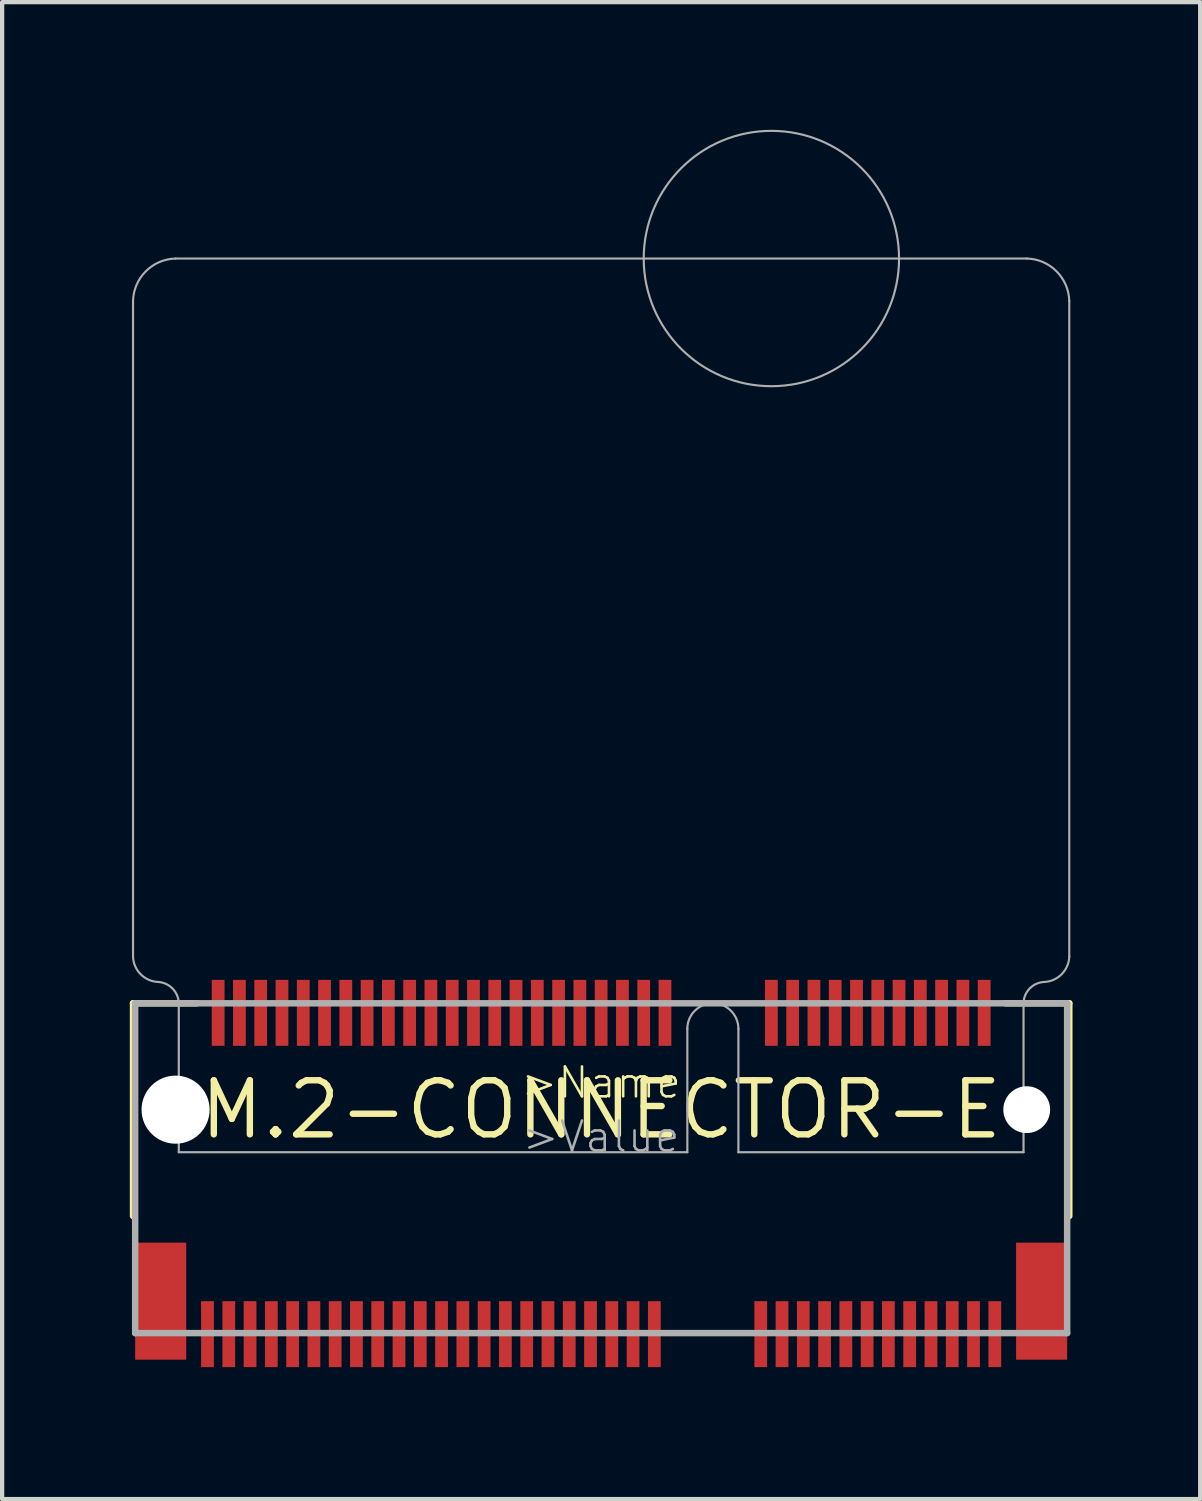
<source format=kicad_pcb>
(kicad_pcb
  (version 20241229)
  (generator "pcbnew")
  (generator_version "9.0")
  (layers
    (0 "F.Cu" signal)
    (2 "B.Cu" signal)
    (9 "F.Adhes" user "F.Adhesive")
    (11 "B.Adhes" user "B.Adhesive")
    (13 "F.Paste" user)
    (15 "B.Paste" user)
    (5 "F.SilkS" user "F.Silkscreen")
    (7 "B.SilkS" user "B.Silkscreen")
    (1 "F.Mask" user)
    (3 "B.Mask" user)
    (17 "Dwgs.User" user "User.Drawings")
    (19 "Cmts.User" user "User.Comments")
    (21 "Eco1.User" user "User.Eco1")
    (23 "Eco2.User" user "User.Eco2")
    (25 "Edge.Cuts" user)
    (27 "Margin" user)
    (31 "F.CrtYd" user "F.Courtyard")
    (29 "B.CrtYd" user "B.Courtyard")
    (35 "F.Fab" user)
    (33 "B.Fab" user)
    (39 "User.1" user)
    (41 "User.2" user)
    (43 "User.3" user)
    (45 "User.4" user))
  (footprint "M.2-CONNECTOR-E"
    (layer "F.Cu")
    (at 11.076 23.025)
    (property "Reference" "M.2-CONNECTOR-E" (at 0 0 0) (layer "F.SilkS") (effects (font (size 1.27 1.27) (thickness 0.15))))
    (fp_line (start -11 2.5) (end -11 -2.5) (stroke (width 0.152) (type solid)) (layer "F.SilkS"))
    (fp_line (start -9.5 -2.5) (end -11 -2.5) (stroke (width 0.152) (type solid)) (layer "F.SilkS"))
    (fp_line (start 11 -2.5) (end 9.5 -2.5) (stroke (width 0.152) (type solid)) (layer "F.SilkS"))
    (fp_line (start 11 2.5) (end 11 -2.5) (stroke (width 0.152) (type solid)) (layer "F.SilkS"))
    (fp_poly (pts (xy -9.4 6.15) (xy -9.1 6.15) (xy -9.1 4.4) (xy -9.4 4.4)) (stroke (width 0) (type solid)) (fill yes) (layer "F.Paste"))
    (fp_poly (pts (xy -9.15 -1.4) (xy -8.85 -1.4) (xy -8.85 -3.15) (xy -9.15 -3.15)) (stroke (width 0) (type solid)) (fill yes) (layer "F.Paste"))
    (fp_poly (pts (xy -8.9 6.15) (xy -8.6 6.15) (xy -8.6 4.4) (xy -8.9 4.4)) (stroke (width 0) (type solid)) (fill yes) (layer "F.Paste"))
    (fp_poly (pts (xy -8.65 -1.4) (xy -8.35 -1.4) (xy -8.35 -3.15) (xy -8.65 -3.15)) (stroke (width 0) (type solid)) (fill yes) (layer "F.Paste"))
    (fp_poly (pts (xy -8.4 6.15) (xy -8.1 6.15) (xy -8.1 4.4) (xy -8.4 4.4)) (stroke (width 0) (type solid)) (fill yes) (layer "F.Paste"))
    (fp_poly (pts (xy -8.15 -1.4) (xy -7.85 -1.4) (xy -7.85 -3.15) (xy -8.15 -3.15)) (stroke (width 0) (type solid)) (fill yes) (layer "F.Paste"))
    (fp_poly (pts (xy -7.9 6.15) (xy -7.6 6.15) (xy -7.6 4.4) (xy -7.9 4.4)) (stroke (width 0) (type solid)) (fill yes) (layer "F.Paste"))
    (fp_poly (pts (xy -7.65 -1.4) (xy -7.35 -1.4) (xy -7.35 -3.15) (xy -7.65 -3.15)) (stroke (width 0) (type solid)) (fill yes) (layer "F.Paste"))
    (fp_poly (pts (xy -7.4 6.15) (xy -7.1 6.15) (xy -7.1 4.4) (xy -7.4 4.4)) (stroke (width 0) (type solid)) (fill yes) (layer "F.Paste"))
    (fp_poly (pts (xy -7.15 -1.4) (xy -6.85 -1.4) (xy -6.85 -3.15) (xy -7.15 -3.15)) (stroke (width 0) (type solid)) (fill yes) (layer "F.Paste"))
    (fp_poly (pts (xy -6.9 6.15) (xy -6.6 6.15) (xy -6.6 4.4) (xy -6.9 4.4)) (stroke (width 0) (type solid)) (fill yes) (layer "F.Paste"))
    (fp_poly (pts (xy -6.65 -1.4) (xy -6.35 -1.4) (xy -6.35 -3.15) (xy -6.65 -3.15)) (stroke (width 0) (type solid)) (fill yes) (layer "F.Paste"))
    (fp_poly (pts (xy -6.4 6.15) (xy -6.1 6.15) (xy -6.1 4.4) (xy -6.4 4.4)) (stroke (width 0) (type solid)) (fill yes) (layer "F.Paste"))
    (fp_poly (pts (xy -6.15 -1.4) (xy -5.85 -1.4) (xy -5.85 -3.15) (xy -6.15 -3.15)) (stroke (width 0) (type solid)) (fill yes) (layer "F.Paste"))
    (fp_poly (pts (xy -5.9 6.15) (xy -5.6 6.15) (xy -5.6 4.4) (xy -5.9 4.4)) (stroke (width 0) (type solid)) (fill yes) (layer "F.Paste"))
    (fp_poly (pts (xy -5.65 -1.4) (xy -5.35 -1.4) (xy -5.35 -3.15) (xy -5.65 -3.15)) (stroke (width 0) (type solid)) (fill yes) (layer "F.Paste"))
    (fp_poly (pts (xy -5.4 6.15) (xy -5.1 6.15) (xy -5.1 4.4) (xy -5.4 4.4)) (stroke (width 0) (type solid)) (fill yes) (layer "F.Paste"))
    (fp_poly (pts (xy -5.15 -1.4) (xy -4.85 -1.4) (xy -4.85 -3.15) (xy -5.15 -3.15)) (stroke (width 0) (type solid)) (fill yes) (layer "F.Paste"))
    (fp_poly (pts (xy -4.9 6.15) (xy -4.6 6.15) (xy -4.6 4.4) (xy -4.9 4.4)) (stroke (width 0) (type solid)) (fill yes) (layer "F.Paste"))
    (fp_poly (pts (xy -4.65 -1.4) (xy -4.35 -1.4) (xy -4.35 -3.15) (xy -4.65 -3.15)) (stroke (width 0) (type solid)) (fill yes) (layer "F.Paste"))
    (fp_poly (pts (xy -4.4 6.15) (xy -4.1 6.15) (xy -4.1 4.4) (xy -4.4 4.4)) (stroke (width 0) (type solid)) (fill yes) (layer "F.Paste"))
    (fp_poly (pts (xy -4.15 -1.4) (xy -3.85 -1.4) (xy -3.85 -3.15) (xy -4.15 -3.15)) (stroke (width 0) (type solid)) (fill yes) (layer "F.Paste"))
    (fp_poly (pts (xy -3.9 6.15) (xy -3.6 6.15) (xy -3.6 4.4) (xy -3.9 4.4)) (stroke (width 0) (type solid)) (fill yes) (layer "F.Paste"))
    (fp_poly (pts (xy -3.65 -1.4) (xy -3.35 -1.4) (xy -3.35 -3.15) (xy -3.65 -3.15)) (stroke (width 0) (type solid)) (fill yes) (layer "F.Paste"))
    (fp_poly (pts (xy -3.4 6.15) (xy -3.1 6.15) (xy -3.1 4.4) (xy -3.4 4.4)) (stroke (width 0) (type solid)) (fill yes) (layer "F.Paste"))
    (fp_poly (pts (xy -3.15 -1.4) (xy -2.85 -1.4) (xy -2.85 -3.15) (xy -3.15 -3.15)) (stroke (width 0) (type solid)) (fill yes) (layer "F.Paste"))
    (fp_poly (pts (xy -2.9 6.15) (xy -2.6 6.15) (xy -2.6 4.4) (xy -2.9 4.4)) (stroke (width 0) (type solid)) (fill yes) (layer "F.Paste"))
    (fp_poly (pts (xy -2.65 -1.4) (xy -2.35 -1.4) (xy -2.35 -3.15) (xy -2.65 -3.15)) (stroke (width 0) (type solid)) (fill yes) (layer "F.Paste"))
    (fp_poly (pts (xy -2.4 6.15) (xy -2.1 6.15) (xy -2.1 4.4) (xy -2.4 4.4)) (stroke (width 0) (type solid)) (fill yes) (layer "F.Paste"))
    (fp_poly (pts (xy -2.15 -1.4) (xy -1.85 -1.4) (xy -1.85 -3.15) (xy -2.15 -3.15)) (stroke (width 0) (type solid)) (fill yes) (layer "F.Paste"))
    (fp_poly (pts (xy -1.9 6.15) (xy -1.6 6.15) (xy -1.6 4.4) (xy -1.9 4.4)) (stroke (width 0) (type solid)) (fill yes) (layer "F.Paste"))
    (fp_poly (pts (xy -1.65 -1.4) (xy -1.35 -1.4) (xy -1.35 -3.15) (xy -1.65 -3.15)) (stroke (width 0) (type solid)) (fill yes) (layer "F.Paste"))
    (fp_poly (pts (xy -1.4 6.15) (xy -1.1 6.15) (xy -1.1 4.4) (xy -1.4 4.4)) (stroke (width 0) (type solid)) (fill yes) (layer "F.Paste"))
    (fp_poly (pts (xy -1.15 -1.4) (xy -0.85 -1.4) (xy -0.85 -3.15) (xy -1.15 -3.15)) (stroke (width 0) (type solid)) (fill yes) (layer "F.Paste"))
    (fp_poly (pts (xy -0.9 6.15) (xy -0.6 6.15) (xy -0.6 4.4) (xy -0.9 4.4)) (stroke (width 0) (type solid)) (fill yes) (layer "F.Paste"))
    (fp_poly (pts (xy -0.65 -1.4) (xy -0.35 -1.4) (xy -0.35 -3.15) (xy -0.65 -3.15)) (stroke (width 0) (type solid)) (fill yes) (layer "F.Paste"))
    (fp_poly (pts (xy -0.4 6.15) (xy -0.1 6.15) (xy -0.1 4.4) (xy -0.4 4.4)) (stroke (width 0) (type solid)) (fill yes) (layer "F.Paste"))
    (fp_poly (pts (xy -0.15 -1.4) (xy 0.15 -1.4) (xy 0.15 -3.15) (xy -0.15 -3.15)) (stroke (width 0) (type solid)) (fill yes) (layer "F.Paste"))
    (fp_poly (pts (xy 0.1 6.15) (xy 0.4 6.15) (xy 0.4 4.4) (xy 0.1 4.4)) (stroke (width 0) (type solid)) (fill yes) (layer "F.Paste"))
    (fp_poly (pts (xy 0.35 -1.4) (xy 0.65 -1.4) (xy 0.65 -3.15) (xy 0.35 -3.15)) (stroke (width 0) (type solid)) (fill yes) (layer "F.Paste"))
    (fp_poly (pts (xy 0.6 6.15) (xy 0.9 6.15) (xy 0.9 4.4) (xy 0.6 4.4)) (stroke (width 0) (type solid)) (fill yes) (layer "F.Paste"))
    (fp_poly (pts (xy 0.85 -1.4) (xy 1.15 -1.4) (xy 1.15 -3.15) (xy 0.85 -3.15)) (stroke (width 0) (type solid)) (fill yes) (layer "F.Paste"))
    (fp_poly (pts (xy 1.1 6.15) (xy 1.4 6.15) (xy 1.4 4.4) (xy 1.1 4.4)) (stroke (width 0) (type solid)) (fill yes) (layer "F.Paste"))
    (fp_poly (pts (xy 1.35 -1.4) (xy 1.65 -1.4) (xy 1.65 -3.15) (xy 1.35 -3.15)) (stroke (width 0) (type solid)) (fill yes) (layer "F.Paste"))
    (fp_poly (pts (xy 3.6 6.15) (xy 3.9 6.15) (xy 3.9 4.4) (xy 3.6 4.4)) (stroke (width 0) (type solid)) (fill yes) (layer "F.Paste"))
    (fp_poly (pts (xy 3.85 -1.4) (xy 4.15 -1.4) (xy 4.15 -3.15) (xy 3.85 -3.15)) (stroke (width 0) (type solid)) (fill yes) (layer "F.Paste"))
    (fp_poly (pts (xy 4.1 6.15) (xy 4.4 6.15) (xy 4.4 4.4) (xy 4.1 4.4)) (stroke (width 0) (type solid)) (fill yes) (layer "F.Paste"))
    (fp_poly (pts (xy 4.35 -1.4) (xy 4.65 -1.4) (xy 4.65 -3.15) (xy 4.35 -3.15)) (stroke (width 0) (type solid)) (fill yes) (layer "F.Paste"))
    (fp_poly (pts (xy 4.6 6.15) (xy 4.9 6.15) (xy 4.9 4.4) (xy 4.6 4.4)) (stroke (width 0) (type solid)) (fill yes) (layer "F.Paste"))
    (fp_poly (pts (xy 4.85 -1.4) (xy 5.15 -1.4) (xy 5.15 -3.15) (xy 4.85 -3.15)) (stroke (width 0) (type solid)) (fill yes) (layer "F.Paste"))
    (fp_poly (pts (xy 5.1 6.15) (xy 5.4 6.15) (xy 5.4 4.4) (xy 5.1 4.4)) (stroke (width 0) (type solid)) (fill yes) (layer "F.Paste"))
    (fp_poly (pts (xy 5.35 -1.4) (xy 5.65 -1.4) (xy 5.65 -3.15) (xy 5.35 -3.15)) (stroke (width 0) (type solid)) (fill yes) (layer "F.Paste"))
    (fp_poly (pts (xy 5.6 6.15) (xy 5.9 6.15) (xy 5.9 4.4) (xy 5.6 4.4)) (stroke (width 0) (type solid)) (fill yes) (layer "F.Paste"))
    (fp_poly (pts (xy 5.85 -1.4) (xy 6.15 -1.4) (xy 6.15 -3.15) (xy 5.85 -3.15)) (stroke (width 0) (type solid)) (fill yes) (layer "F.Paste"))
    (fp_poly (pts (xy 6.1 6.15) (xy 6.4 6.15) (xy 6.4 4.4) (xy 6.1 4.4)) (stroke (width 0) (type solid)) (fill yes) (layer "F.Paste"))
    (fp_poly (pts (xy 6.35 -1.4) (xy 6.65 -1.4) (xy 6.65 -3.15) (xy 6.35 -3.15)) (stroke (width 0) (type solid)) (fill yes) (layer "F.Paste"))
    (fp_poly (pts (xy 6.6 6.15) (xy 6.9 6.15) (xy 6.9 4.4) (xy 6.6 4.4)) (stroke (width 0) (type solid)) (fill yes) (layer "F.Paste"))
    (fp_poly (pts (xy 6.85 -1.4) (xy 7.15 -1.4) (xy 7.15 -3.15) (xy 6.85 -3.15)) (stroke (width 0) (type solid)) (fill yes) (layer "F.Paste"))
    (fp_poly (pts (xy 7.1 6.15) (xy 7.4 6.15) (xy 7.4 4.4) (xy 7.1 4.4)) (stroke (width 0) (type solid)) (fill yes) (layer "F.Paste"))
    (fp_poly (pts (xy 7.35 -1.4) (xy 7.65 -1.4) (xy 7.65 -3.15) (xy 7.35 -3.15)) (stroke (width 0) (type solid)) (fill yes) (layer "F.Paste"))
    (fp_poly (pts (xy 7.6 6.15) (xy 7.9 6.15) (xy 7.9 4.4) (xy 7.6 4.4)) (stroke (width 0) (type solid)) (fill yes) (layer "F.Paste"))
    (fp_poly (pts (xy 7.85 -1.4) (xy 8.15 -1.4) (xy 8.15 -3.15) (xy 7.85 -3.15)) (stroke (width 0) (type solid)) (fill yes) (layer "F.Paste"))
    (fp_poly (pts (xy 8.1 6.15) (xy 8.4 6.15) (xy 8.4 4.4) (xy 8.1 4.4)) (stroke (width 0) (type solid)) (fill yes) (layer "F.Paste"))
    (fp_poly (pts (xy 8.35 -1.4) (xy 8.65 -1.4) (xy 8.65 -3.15) (xy 8.35 -3.15)) (stroke (width 0) (type solid)) (fill yes) (layer "F.Paste"))
    (fp_poly (pts (xy 8.6 6.15) (xy 8.9 6.15) (xy 8.9 4.4) (xy 8.6 4.4)) (stroke (width 0) (type solid)) (fill yes) (layer "F.Paste"))
    (fp_poly (pts (xy 8.85 -1.4) (xy 9.15 -1.4) (xy 9.15 -3.15) (xy 8.85 -3.15)) (stroke (width 0) (type solid)) (fill yes) (layer "F.Paste"))
    (fp_poly (pts (xy 9.1 6.15) (xy 9.4 6.15) (xy 9.4 4.4) (xy 9.1 4.4)) (stroke (width 0) (type solid)) (fill yes) (layer "F.Paste"))
    (fp_line (start -11 -19) (end -11 -3.6) (stroke (width 0.051) (type solid)) (layer "F.Fab"))
    (fp_line (start -10.95 -2.5) (end -10.95 5.25) (stroke (width 0.152) (type solid)) (layer "F.Fab"))
    (fp_line (start -10.95 5.25) (end 10.95 5.25) (stroke (width 0.152) (type solid)) (layer "F.Fab"))
    (fp_line (start -9.925 1) (end -9.925 -2.5) (stroke (width 0.051) (type solid)) (layer "F.Fab"))
    (fp_line (start 2.025 -1.9) (end 2.025 1) (stroke (width 0.051) (type solid)) (layer "F.Fab"))
    (fp_line (start 2.025 1) (end -9.925 1) (stroke (width 0.051) (type solid)) (layer "F.Fab"))
    (fp_line (start 3.225 -1.9) (end 3.225 1) (stroke (width 0.051) (type solid)) (layer "F.Fab"))
    (fp_line (start 9.925 -2.5) (end 9.925 1) (stroke (width 0.051) (type solid)) (layer "F.Fab"))
    (fp_line (start 9.925 1) (end 3.225 1) (stroke (width 0.051) (type solid)) (layer "F.Fab"))
    (fp_line (start 10 -20) (end -10 -20) (stroke (width 0.051) (type solid)) (layer "F.Fab"))
    (fp_line (start 10.95 -2.5) (end -10.95 -2.5) (stroke (width 0.152) (type solid)) (layer "F.Fab"))
    (fp_line (start 10.95 5.25) (end 10.95 -2.5) (stroke (width 0.152) (type solid)) (layer "F.Fab"))
    (fp_line (start 11 -19) (end 11 -3.6) (stroke (width 0.05) (type solid)) (layer "F.Fab"))
    (fp_arc (start -11 -19) (mid -10.7 -19.7) (end -10 -20) (stroke (width 0.05) (type solid)) (layer "F.Fab"))
    (fp_arc (start -10.400001 -2.999999) (mid -10.819362 -3.180638) (end -11 -3.6) (stroke (width 0.05) (type solid)) (layer "F.Fab"))
    (fp_arc (start -10.4 -3) (mid -10.066759 -2.840954) (end -9.925 -2.5) (stroke (width 0.0508) (type solid)) (layer "F.Fab"))
    (fp_arc (start 2.025 -1.9) (mid 2.625 -2.5) (end 3.225 -1.9) (stroke (width 0.0508) (type solid)) (layer "F.Fab"))
    (fp_arc (start 9.925 -2.5) (mid 10.065344 -2.842298) (end 10.4 -3) (stroke (width 0.0508) (type solid)) (layer "F.Fab"))
    (fp_arc (start 10 -20) (mid 10.7 -19.7) (end 11 -19) (stroke (width 0.05) (type solid)) (layer "F.Fab"))
    (fp_arc (start 10.999999 -3.599999) (mid 10.819361 -3.180638) (end 10.4 -3) (stroke (width 0.05) (type solid)) (layer "F.Fab"))
    (fp_circle (center 4 -20) (end 7 -20) (stroke (width 0.05) (type solid)) (fill no) (layer "F.Fab"))
    (fp_text user ">Name" (at 0 -0.635 0) (layer "F.SilkS") (effects (font (size 0.701 0.701) (thickness 0.061))))
    (fp_text user ">Value" (at 0 0.635 0) (layer "F.Fab") (effects (font (size 0.701 0.701) (thickness 0.061))))
    (pad "" np_thru_hole circle (at -10 0) (size 1.6 1.6) (drill 1.6) (layers "*.Cu" "*.Mask"))
    (pad "" np_thru_hole circle (at 10 0) (size 1.1 1.1) (drill 1.1) (layers "*.Cu" "*.Mask"))
    (pad "1" smd rect (at 9.25 5.275 180) (size 0.3 1.55) (layers "F.Cu" "F.Mask"))
    (pad "2" smd rect (at 9 -2.275 180) (size 0.3 1.55) (layers "F.Cu" "F.Mask"))
    (pad "3" smd rect (at 8.75 5.275 180) (size 0.3 1.55) (layers "F.Cu" "F.Mask"))
    (pad "4" smd rect (at 8.5 -2.275 180) (size 0.3 1.55) (layers "F.Cu" "F.Mask"))
    (pad "5" smd rect (at 8.25 5.275 180) (size 0.3 1.55) (layers "F.Cu" "F.Mask"))
    (pad "6" smd rect (at 8 -2.275 180) (size 0.3 1.55) (layers "F.Cu" "F.Mask"))
    (pad "7" smd rect (at 7.75 5.275 180) (size 0.3 1.55) (layers "F.Cu" "F.Mask"))
    (pad "8" smd rect (at 7.5 -2.275 180) (size 0.3 1.55) (layers "F.Cu" "F.Mask"))
    (pad "9" smd rect (at 7.25 5.275 180) (size 0.3 1.55) (layers "F.Cu" "F.Mask"))
    (pad "10" smd rect (at 7 -2.275 180) (size 0.3 1.55) (layers "F.Cu" "F.Mask"))
    (pad "11" smd rect (at 6.75 5.275 180) (size 0.3 1.55) (layers "F.Cu" "F.Mask"))
    (pad "12" smd rect (at 6.5 -2.275 180) (size 0.3 1.55) (layers "F.Cu" "F.Mask"))
    (pad "13" smd rect (at 6.25 5.275 180) (size 0.3 1.55) (layers "F.Cu" "F.Mask"))
    (pad "14" smd rect (at 6 -2.275 180) (size 0.3 1.55) (layers "F.Cu" "F.Mask"))
    (pad "15" smd rect (at 5.75 5.275 180) (size 0.3 1.55) (layers "F.Cu" "F.Mask"))
    (pad "16" smd rect (at 5.5 -2.275 180) (size 0.3 1.55) (layers "F.Cu" "F.Mask"))
    (pad "17" smd rect (at 5.25 5.275 180) (size 0.3 1.55) (layers "F.Cu" "F.Mask"))
    (pad "18" smd rect (at 5 -2.275 180) (size 0.3 1.55) (layers "F.Cu" "F.Mask"))
    (pad "19" smd rect (at 4.75 5.275 180) (size 0.3 1.55) (layers "F.Cu" "F.Mask"))
    (pad "20" smd rect (at 4.5 -2.275 180) (size 0.3 1.55) (layers "F.Cu" "F.Mask"))
    (pad "21" smd rect (at 4.25 5.275 180) (size 0.3 1.55) (layers "F.Cu" "F.Mask"))
    (pad "22" smd rect (at 4 -2.275 180) (size 0.3 1.55) (layers "F.Cu" "F.Mask"))
    (pad "23" smd rect (at 3.75 5.275 180) (size 0.3 1.55) (layers "F.Cu" "F.Mask"))
    (pad "32" smd rect (at 1.5 -2.275 180) (size 0.3 1.55) (layers "F.Cu" "F.Mask"))
    (pad "33" smd rect (at 1.25 5.275 180) (size 0.3 1.55) (layers "F.Cu" "F.Mask"))
    (pad "34" smd rect (at 1 -2.275 180) (size 0.3 1.55) (layers "F.Cu" "F.Mask"))
    (pad "35" smd rect (at 0.75 5.275 180) (size 0.3 1.55) (layers "F.Cu" "F.Mask"))
    (pad "36" smd rect (at 0.5 -2.275 180) (size 0.3 1.55) (layers "F.Cu" "F.Mask"))
    (pad "37" smd rect (at 0.25 5.275 180) (size 0.3 1.55) (layers "F.Cu" "F.Mask"))
    (pad "38" smd rect (at 0 -2.275 180) (size 0.3 1.55) (layers "F.Cu" "F.Mask"))
    (pad "39" smd rect (at -0.25 5.275 180) (size 0.3 1.55) (layers "F.Cu" "F.Mask"))
    (pad "40" smd rect (at -0.5 -2.275 180) (size 0.3 1.55) (layers "F.Cu" "F.Mask"))
    (pad "41" smd rect (at -0.75 5.275 180) (size 0.3 1.55) (layers "F.Cu" "F.Mask"))
    (pad "42" smd rect (at -1 -2.275 180) (size 0.3 1.55) (layers "F.Cu" "F.Mask"))
    (pad "43" smd rect (at -1.25 5.275 180) (size 0.3 1.55) (layers "F.Cu" "F.Mask"))
    (pad "44" smd rect (at -1.5 -2.275 180) (size 0.3 1.55) (layers "F.Cu" "F.Mask"))
    (pad "45" smd rect (at -1.75 5.275 180) (size 0.3 1.55) (layers "F.Cu" "F.Mask"))
    (pad "46" smd rect (at -2 -2.275 180) (size 0.3 1.55) (layers "F.Cu" "F.Mask"))
    (pad "47" smd rect (at -2.25 5.275 180) (size 0.3 1.55) (layers "F.Cu" "F.Mask"))
    (pad "48" smd rect (at -2.5 -2.275 180) (size 0.3 1.55) (layers "F.Cu" "F.Mask"))
    (pad "49" smd rect (at -2.75 5.275 180) (size 0.3 1.55) (layers "F.Cu" "F.Mask"))
    (pad "50" smd rect (at -3 -2.275 180) (size 0.3 1.55) (layers "F.Cu" "F.Mask"))
    (pad "51" smd rect (at -3.25 5.275 180) (size 0.3 1.55) (layers "F.Cu" "F.Mask"))
    (pad "52" smd rect (at -3.5 -2.275 180) (size 0.3 1.55) (layers "F.Cu" "F.Mask"))
    (pad "53" smd rect (at -3.75 5.275 180) (size 0.3 1.55) (layers "F.Cu" "F.Mask"))
    (pad "54" smd rect (at -4 -2.275 180) (size 0.3 1.55) (layers "F.Cu" "F.Mask"))
    (pad "55" smd rect (at -4.25 5.275 180) (size 0.3 1.55) (layers "F.Cu" "F.Mask"))
    (pad "56" smd rect (at -4.5 -2.275 180) (size 0.3 1.55) (layers "F.Cu" "F.Mask"))
    (pad "57" smd rect (at -4.75 5.275 180) (size 0.3 1.55) (layers "F.Cu" "F.Mask"))
    (pad "58" smd rect (at -5 -2.275 180) (size 0.3 1.55) (layers "F.Cu" "F.Mask"))
    (pad "59" smd rect (at -5.25 5.275 180) (size 0.3 1.55) (layers "F.Cu" "F.Mask"))
    (pad "60" smd rect (at -5.5 -2.275 180) (size 0.3 1.55) (layers "F.Cu" "F.Mask"))
    (pad "61" smd rect (at -5.75 5.275 180) (size 0.3 1.55) (layers "F.Cu" "F.Mask"))
    (pad "62" smd rect (at -6 -2.275 180) (size 0.3 1.55) (layers "F.Cu" "F.Mask"))
    (pad "63" smd rect (at -6.25 5.275 180) (size 0.3 1.55) (layers "F.Cu" "F.Mask"))
    (pad "64" smd rect (at -6.5 -2.275 180) (size 0.3 1.55) (layers "F.Cu" "F.Mask"))
    (pad "65" smd rect (at -6.75 5.275 180) (size 0.3 1.55) (layers "F.Cu" "F.Mask"))
    (pad "66" smd rect (at -7 -2.275 180) (size 0.3 1.55) (layers "F.Cu" "F.Mask"))
    (pad "67" smd rect (at -7.25 5.275 180) (size 0.3 1.55) (layers "F.Cu" "F.Mask"))
    (pad "68" smd rect (at -7.5 -2.275 180) (size 0.3 1.55) (layers "F.Cu" "F.Mask"))
    (pad "69" smd rect (at -7.75 5.275 180) (size 0.3 1.55) (layers "F.Cu" "F.Mask"))
    (pad "70" smd rect (at -8 -2.275 180) (size 0.3 1.55) (layers "F.Cu" "F.Mask"))
    (pad "71" smd rect (at -8.25 5.275 180) (size 0.3 1.55) (layers "F.Cu" "F.Mask"))
    (pad "72" smd rect (at -8.5 -2.275 180) (size 0.3 1.55) (layers "F.Cu" "F.Mask"))
    (pad "73" smd rect (at -8.75 5.275 180) (size 0.3 1.55) (layers "F.Cu" "F.Mask"))
    (pad "74" smd rect (at -9 -2.275 180) (size 0.3 1.55) (layers "F.Cu" "F.Mask"))
    (pad "75" smd rect (at -9.25 5.275 180) (size 0.3 1.55) (layers "F.Cu" "F.Mask"))
    (pad "A1" smd rect (at 10.35 4.5 180) (size 1.2 2.75) (layers "F.Cu" "F.Mask" "F.Paste"))
    (pad "A2" smd rect (at -10.35 4.5 180) (size 1.2 2.75) (layers "F.Cu" "F.Mask" "F.Paste")))
  (gr_rect
    (start -3 -3)
    (end 25.152 32.175)
    (stroke (width 0.1) (type default))
    (fill no)
    (layer "Edge.Cuts")))
</source>
